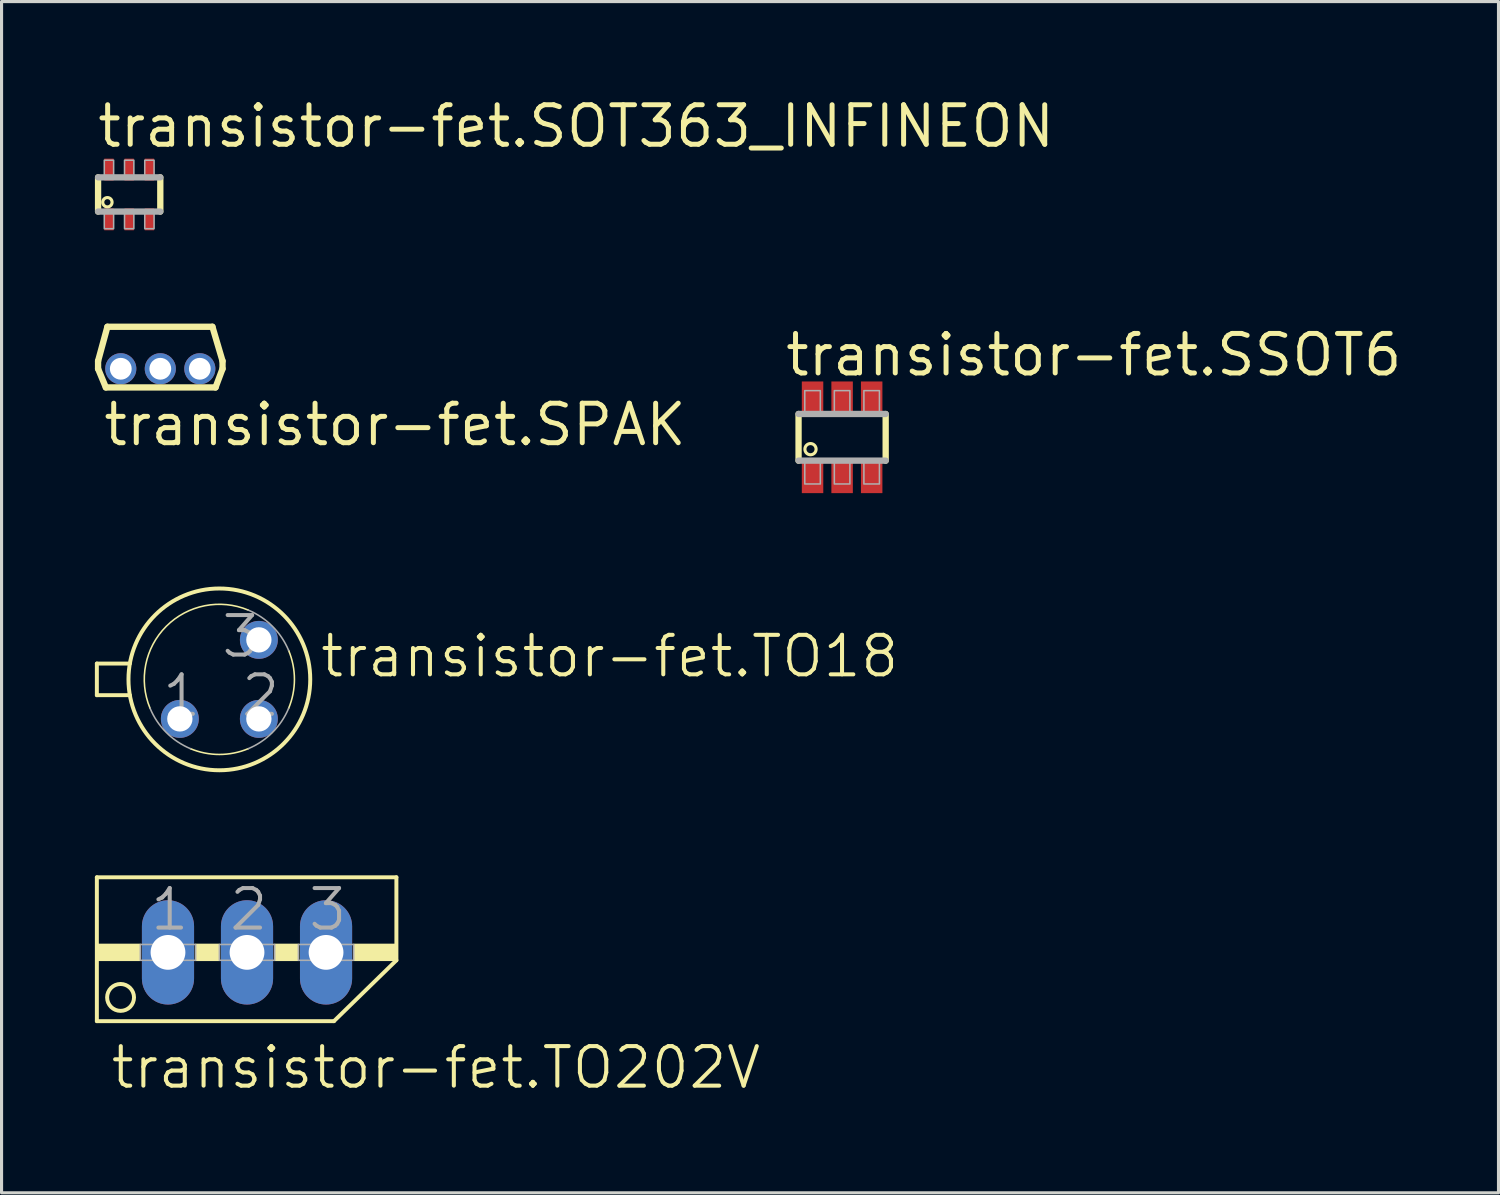
<source format=kicad_pcb>
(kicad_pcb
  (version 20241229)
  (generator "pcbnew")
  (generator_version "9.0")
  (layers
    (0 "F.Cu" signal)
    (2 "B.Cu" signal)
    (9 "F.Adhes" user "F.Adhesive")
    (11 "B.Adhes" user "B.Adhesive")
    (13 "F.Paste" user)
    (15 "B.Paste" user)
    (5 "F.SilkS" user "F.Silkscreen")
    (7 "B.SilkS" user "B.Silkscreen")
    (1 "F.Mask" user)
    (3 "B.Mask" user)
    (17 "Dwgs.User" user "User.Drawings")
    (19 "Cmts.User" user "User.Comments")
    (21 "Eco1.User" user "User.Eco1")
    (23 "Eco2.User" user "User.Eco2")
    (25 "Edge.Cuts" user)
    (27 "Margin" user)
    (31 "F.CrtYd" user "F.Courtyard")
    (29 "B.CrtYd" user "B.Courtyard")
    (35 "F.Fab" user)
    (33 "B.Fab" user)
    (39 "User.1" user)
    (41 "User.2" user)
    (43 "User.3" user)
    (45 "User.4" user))
  (footprint "transistor-fet.SPAK"
    (layer "F.Cu")
    (at 2.102 8.802)
    (property "Reference" "transistor-fet.SPAK" (at -1.905 2.54 0) (layer "F.SilkS") (effects (font (size 1.27 1.27) (thickness 0.16)) (justify left bottom)))
    (attr through_hole)
    (fp_line (start -2 0) (end -2 -0.25) (stroke (width 0.203) (type default)) (layer "F.SilkS"))
    (fp_line (start -1.75 0.6) (end -2 0) (stroke (width 0.203) (type default)) (layer "F.SilkS"))
    (fp_line (start -1.7 -1.35) (end -2 -0.25) (stroke (width 0.203) (type default)) (layer "F.SilkS"))
    (fp_line (start -1.7 -1.35) (end 1.675 -1.35) (stroke (width 0.203) (type default)) (layer "F.SilkS"))
    (fp_line (start 1.675 -1.35) (end 2 -0.25) (stroke (width 0.203) (type default)) (layer "F.SilkS"))
    (fp_line (start 1.775 0.6) (end -1.75 0.6) (stroke (width 0.203) (type default)) (layer "F.SilkS"))
    (fp_line (start 2 -0.25) (end 2 0) (stroke (width 0.203) (type default)) (layer "F.SilkS"))
    (fp_line (start 2 0) (end 1.775 0.6) (stroke (width 0.203) (type default)) (layer "F.SilkS"))
    (pad "1" thru_hole circle (at -1.27 0) (size 1 1) (drill 0.7) (layers "*.Cu" "*.Mask"))
    (pad "2" thru_hole circle (at 0 0) (size 1 1) (drill 0.7) (layers "*.Cu" "*.Mask"))
    (pad "3" thru_hole circle (at 1.27 0) (size 1 1) (drill 0.7) (layers "*.Cu" "*.Mask")))
  (footprint "transistor-fet.TO18"
    (layer "F.Cu")
    (at 4 18.785)
    (property "Reference" "transistor-fet.TO18" (at 3.175 0 0) (layer "F.SilkS") (effects (font (size 1.27 1.27) (thickness 0.13)) (justify left bottom)))
    (attr through_hole)
    (fp_line (start -3.937 -0.508) (end -2.877 -0.508) (stroke (width 0.127) (type default)) (layer "F.SilkS"))
    (fp_line (start -3.937 0.508) (end -3.937 -0.508) (stroke (width 0.127) (type default)) (layer "F.SilkS"))
    (fp_line (start -3.937 0.508) (end -2.877 0.508) (stroke (width 0.127) (type default)) (layer "F.SilkS"))
    (fp_arc (start -2.227 0.9289) (mid -1.706187 -1.706287) (end 0.929 -2.2271) (stroke (width 0.0508) (type default)) (layer "F.SilkS"))
    (fp_arc (start 0.9289 2.227) (mid 0 2.412962) (end -0.9289 2.227) (stroke (width 0.0508) (type default)) (layer "F.SilkS"))
    (fp_arc (start 2.227 -0.9289) (mid 2.412962 0) (end 2.227 0.9289) (stroke (width 0.0508) (type default)) (layer "F.SilkS"))
    (fp_circle (center 0 0) (end 2.921 0) (stroke (width 0.127) (type default)) (fill no) (layer "F.SilkS"))
    (fp_arc (start -0.9289 2.227) (mid -1.706222 1.706222) (end -2.227 0.9289) (stroke (width 0.0508) (type default)) (layer "F.Fab"))
    (fp_arc (start 0.9289 -2.227) (mid 1.706222 -1.706222) (end 2.227 -0.9289) (stroke (width 0.0508) (type default)) (layer "F.Fab"))
    (fp_arc (start 2.227 0.9289) (mid 1.706222 1.706222) (end 0.9289 2.227) (stroke (width 0.0508) (type default)) (layer "F.Fab"))
    (fp_text user "1" (at -1.905 1.27 0) (layer "F.Fab") (effects (font (size 1.27 1.27) (thickness 0.13)) (justify left bottom)))
    (fp_text user "3" (at 0 -0.635 0) (layer "F.Fab") (effects (font (size 1.27 1.27) (thickness 0.13)) (justify left bottom)))
    (fp_text user "2" (at 0.635 1.27 0) (layer "F.Fab") (effects (font (size 1.27 1.27) (thickness 0.13)) (justify left bottom)))
    (pad "1" thru_hole circle (at -1.27 1.27) (size 1.219 1.219) (drill 0.813) (layers "*.Cu" "*.Mask"))
    (pad "2" thru_hole circle (at 1.27 1.27) (size 1.219 1.219) (drill 0.813) (layers "*.Cu" "*.Mask"))
    (pad "3" thru_hole circle (at 1.27 -1.27) (size 1.219 1.219) (drill 0.813) (layers "*.Cu" "*.Mask")))
  (footprint "transistor-fet.SSOT6"
    (layer "F.Cu")
    (at 24.015 11.005)
    (property "Reference" "transistor-fet.SSOT6" (at -1.905 -1.905 0) (layer "F.SilkS") (effects (font (size 1.27 1.27) (thickness 0.16)) (justify left bottom)))
    (attr smd)
    (fp_line (start -1.4 0.75) (end -1.4 -0.75) (stroke (width 0.203) (type default)) (layer "F.SilkS"))
    (fp_line (start 1.4 -0.75) (end 1.4 0.75) (stroke (width 0.203) (type default)) (layer "F.SilkS"))
    (fp_circle (center -1.016 0.381) (end -0.836 0.381) (stroke (width 0.1) (type default)) (fill no) (layer "F.SilkS"))
    (fp_line (start -1.4 -0.75) (end 1.4 -0.75) (stroke (width 0.203) (type default)) (layer "F.Fab"))
    (fp_line (start 1.4 0.75) (end -1.4 0.75) (stroke (width 0.203) (type default)) (layer "F.Fab"))
    (fp_rect (start -1.2 -0.8) (end -0.7 -1.5) (stroke (width 0.05) (type default)) (fill no) (layer "F.Fab"))
    (fp_rect (start -1.2 1.5) (end -0.7 0.8) (stroke (width 0.05) (type default)) (fill no) (layer "F.Fab"))
    (fp_rect (start -0.25 -0.8) (end 0.25 -1.5) (stroke (width 0.05) (type default)) (fill no) (layer "F.Fab"))
    (fp_rect (start -0.25 1.5) (end 0.25 0.8) (stroke (width 0.05) (type default)) (fill no) (layer "F.Fab"))
    (fp_rect (start 0.7 -0.8) (end 1.2 -1.5) (stroke (width 0.05) (type default)) (fill no) (layer "F.Fab"))
    (fp_rect (start 0.7 1.5) (end 1.2 0.8) (stroke (width 0.05) (type default)) (fill no) (layer "F.Fab"))
    (pad "1" smd roundrect (at -0.95 1.3) (size 0.69 0.99) (layers "F.Cu" "F.Mask" "F.Paste") (roundrect_rratio 0.01))
    (pad "2" smd roundrect (at 0 1.3) (size 0.69 0.99) (layers "F.Cu" "F.Mask" "F.Paste") (roundrect_rratio 0.01))
    (pad "3" smd roundrect (at 0.95 1.3) (size 0.69 0.99) (layers "F.Cu" "F.Mask" "F.Paste") (roundrect_rratio 0.01))
    (pad "4" smd roundrect (at 0.95 -1.3 180) (size 0.69 0.99) (layers "F.Cu" "F.Mask" "F.Paste") (roundrect_rratio 0.01))
    (pad "5" smd roundrect (at 0 -1.3 180) (size 0.69 0.99) (layers "F.Cu" "F.Mask" "F.Paste") (roundrect_rratio 0.01))
    (pad "6" smd roundrect (at -0.95 -1.3 180) (size 0.69 0.99) (layers "F.Cu" "F.Mask" "F.Paste") (roundrect_rratio 0.01)))
  (footprint "transistor-fet.SOT363_INFINEON"
    (layer "F.Cu")
    (at 1.102 3.2)
    (property "Reference" "transistor-fet.SOT363_INFINEON" (at -1.1 -1.45 0) (layer "F.SilkS") (effects (font (size 1.27 1.27) (thickness 0.16)) (justify left bottom)))
    (attr smd)
    (fp_line (start -1 0.55) (end -1 -0.55) (stroke (width 0.203) (type default)) (layer "F.SilkS"))
    (fp_line (start 1 -0.55) (end 1 0.55) (stroke (width 0.203) (type default)) (layer "F.SilkS"))
    (fp_circle (center -0.7 0.25) (end -0.55 0.25) (stroke (width 0.1) (type default)) (fill no) (layer "F.SilkS"))
    (fp_line (start -1 -0.55) (end 1 -0.55) (stroke (width 0.203) (type default)) (layer "F.Fab"))
    (fp_line (start 1 0.55) (end -1 0.55) (stroke (width 0.203) (type default)) (layer "F.Fab"))
    (fp_rect (start -0.8 -0.6) (end -0.5 -1.1) (stroke (width 0.05) (type default)) (fill no) (layer "F.Fab"))
    (fp_rect (start -0.8 1.1) (end -0.5 0.6) (stroke (width 0.05) (type default)) (fill no) (layer "F.Fab"))
    (fp_rect (start -0.15 -0.6) (end 0.15 -1.1) (stroke (width 0.05) (type default)) (fill no) (layer "F.Fab"))
    (fp_rect (start -0.15 1.1) (end 0.15 0.6) (stroke (width 0.05) (type default)) (fill no) (layer "F.Fab"))
    (fp_rect (start 0.5 -0.6) (end 0.8 -1.1) (stroke (width 0.05) (type default)) (fill no) (layer "F.Fab"))
    (fp_rect (start 0.5 1.1) (end 0.8 0.6) (stroke (width 0.05) (type default)) (fill no) (layer "F.Fab"))
    (pad "1" smd roundrect (at -0.65 0.8) (size 0.3 0.7) (layers "F.Cu" "F.Mask" "F.Paste") (roundrect_rratio 0.01))
    (pad "2" smd roundrect (at 0 0.8) (size 0.3 0.7) (layers "F.Cu" "F.Mask" "F.Paste") (roundrect_rratio 0.01))
    (pad "3" smd roundrect (at 0.65 0.8) (size 0.3 0.7) (layers "F.Cu" "F.Mask" "F.Paste") (roundrect_rratio 0.01))
    (pad "4" smd roundrect (at 0.65 -0.8) (size 0.3 0.7) (layers "F.Cu" "F.Mask" "F.Paste") (roundrect_rratio 0.01))
    (pad "5" smd roundrect (at 0 -0.8) (size 0.3 0.7) (layers "F.Cu" "F.Mask" "F.Paste") (roundrect_rratio 0.01))
    (pad "6" smd roundrect (at -0.65 -0.8) (size 0.3 0.7) (layers "F.Cu" "F.Mask" "F.Paste") (roundrect_rratio 0.01)))
  (footprint "transistor-fet.TO202V"
    (layer "F.Cu")
    (at 4.889 25.019)
    (property "Reference" "transistor-fet.TO202V" (at -4.445 6.985 0) (layer "F.SilkS") (effects (font (size 1.27 1.27) (thickness 0.13)) (justify left bottom)))
    (attr through_hole)
    (fp_line (start -4.826 0.127) (end 4.801 0.127) (stroke (width 0.127) (type default)) (layer "F.SilkS"))
    (fp_line (start -4.826 4.75) (end -4.826 0.127) (stroke (width 0.127) (type default)) (layer "F.SilkS"))
    (fp_line (start -4.826 4.75) (end 2.794 4.75) (stroke (width 0.127) (type default)) (layer "F.SilkS"))
    (fp_line (start 2.794 4.75) (end 4.801 2.794) (stroke (width 0.127) (type default)) (layer "F.SilkS"))
    (fp_line (start 4.801 0.127) (end 4.801 2.794) (stroke (width 0.127) (type default)) (layer "F.SilkS"))
    (fp_rect (start -4.826 2.794) (end -3.429 2.286) (stroke (width 0.05) (type default)) (fill yes) (layer "F.SilkS"))
    (fp_rect (start -1.651 2.794) (end -0.889 2.286) (stroke (width 0.05) (type default)) (fill yes) (layer "F.SilkS"))
    (fp_rect (start 0.889 2.794) (end 1.651 2.286) (stroke (width 0.05) (type default)) (fill yes) (layer "F.SilkS"))
    (fp_rect (start 3.429 2.794) (end 4.826 2.286) (stroke (width 0.05) (type default)) (fill yes) (layer "F.SilkS"))
    (fp_circle (center -4.064 3.988) (end -3.632 3.988) (stroke (width 0.127) (type default)) (fill no) (layer "F.SilkS"))
    (fp_rect (start -3.429 2.794) (end -1.651 2.286) (stroke (width 0.05) (type default)) (fill no) (layer "F.Fab"))
    (fp_rect (start -0.889 2.794) (end 0.889 2.286) (stroke (width 0.05) (type default)) (fill no) (layer "F.Fab"))
    (fp_rect (start 1.651 2.794) (end 3.429 2.286) (stroke (width 0.05) (type default)) (fill no) (layer "F.Fab"))
    (fp_text user "3" (at 1.905 1.905 0) (layer "F.Fab") (effects (font (size 1.27 1.27) (thickness 0.13)) (justify left bottom)))
    (fp_text user "1" (at -3.175 1.905 0) (layer "F.Fab") (effects (font (size 1.27 1.27) (thickness 0.13)) (justify left bottom)))
    (fp_text user "2" (at -0.635 1.905 0) (layer "F.Fab") (effects (font (size 1.27 1.27) (thickness 0.13)) (justify left bottom)))
    (pad "1" thru_hole oval (at -2.54 2.54 90) (size 3.353 1.676) (drill 1.118) (layers "*.Cu" "*.Mask"))
    (pad "2" thru_hole oval (at 0 2.54 90) (size 3.353 1.676) (drill 1.118) (layers "*.Cu" "*.Mask"))
    (pad "3" thru_hole oval (at 2.54 2.54 90) (size 3.353 1.676) (drill 1.118) (layers "*.Cu" "*.Mask")))
  (gr_rect
    (start -3 -3)
    (end 45.111 35.286)
    (stroke (width 0.1) (type default))
    (fill no)
    (layer "Edge.Cuts")))
</source>
